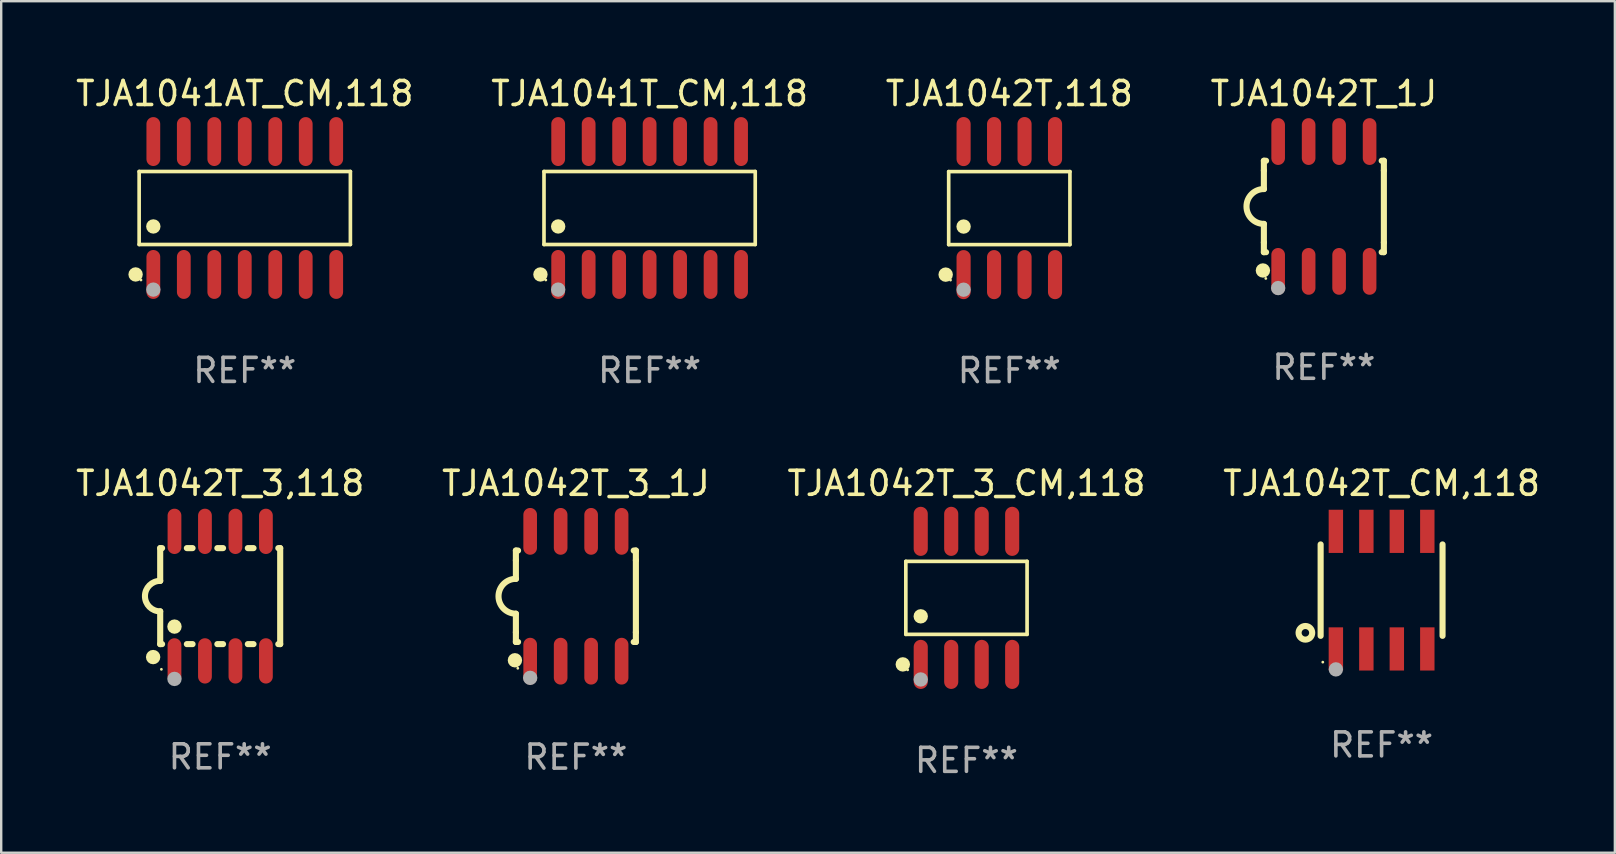
<source format=kicad_pcb>
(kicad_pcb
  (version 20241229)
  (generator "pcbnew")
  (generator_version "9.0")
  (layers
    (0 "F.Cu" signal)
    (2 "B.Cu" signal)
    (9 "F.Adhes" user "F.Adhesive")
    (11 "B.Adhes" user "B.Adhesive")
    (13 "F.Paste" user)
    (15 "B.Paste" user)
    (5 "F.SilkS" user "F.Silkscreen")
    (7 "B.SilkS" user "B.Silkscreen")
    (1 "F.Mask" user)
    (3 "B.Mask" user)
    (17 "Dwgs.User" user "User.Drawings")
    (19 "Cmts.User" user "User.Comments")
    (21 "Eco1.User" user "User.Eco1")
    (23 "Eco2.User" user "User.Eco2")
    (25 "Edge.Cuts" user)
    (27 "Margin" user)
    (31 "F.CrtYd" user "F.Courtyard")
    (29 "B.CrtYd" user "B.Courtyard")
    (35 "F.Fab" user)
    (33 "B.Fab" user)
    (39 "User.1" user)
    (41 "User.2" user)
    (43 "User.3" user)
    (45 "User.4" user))
  (footprint "TJA1042T_CM,118"
    (layer "F.Cu")
    (at 54.518 21.54)
    (property "Reference" "TJA1042T_CM,118" (at 0 -4.45 0) (layer "F.SilkS") (effects (font (size 1 1) (thickness 0.15))))
    (attr through_hole)
    (fp_line (start -2.54 -1.905) (end -2.54 1.905) (stroke (width 0.254) (type solid)) (layer "F.SilkS"))
    (fp_line (start 2.54 -1.905) (end 2.54 1.905) (stroke (width 0.254) (type solid)) (layer "F.SilkS"))
    (fp_circle (center -3.175 1.778) (end -2.891 1.778) (stroke (width 0.254) (type solid)) (fill no) (layer "F.SilkS"))
    (fp_circle (center -2.45 3) (end -2.42 3) (stroke (width 0.06) (type solid)) (fill no) (layer "F.SilkS"))
    (fp_circle (center -1.905 3.302) (end -1.755 3.302) (stroke (width 0.3) (type solid)) (fill no) (layer "F.Fab"))
    (fp_text user "REF**" (at 0 6.45 0) (layer "F.Fab") (effects (font (size 1 1) (thickness 0.15))))
    (pad "1" smd rect (at -1.905 2.45) (size 0.6 1.8) (layers "F.Cu" "F.Mask" "F.Paste"))
    (pad "2" smd rect (at -0.635 2.45) (size 0.6 1.8) (layers "F.Cu" "F.Mask" "F.Paste"))
    (pad "3" smd rect (at 0.635 2.45) (size 0.6 1.8) (layers "F.Cu" "F.Mask" "F.Paste"))
    (pad "4" smd rect (at 1.905 2.45) (size 0.6 1.8) (layers "F.Cu" "F.Mask" "F.Paste"))
    (pad "5" smd rect (at 1.905 -2.45 180) (size 0.6 1.8) (layers "F.Cu" "F.Mask" "F.Paste"))
    (pad "6" smd rect (at 0.635 -2.45 180) (size 0.6 1.8) (layers "F.Cu" "F.Mask" "F.Paste"))
    (pad "7" smd rect (at -0.635 -2.45 180) (size 0.6 1.8) (layers "F.Cu" "F.Mask" "F.Paste"))
    (pad "8" smd rect (at -1.905 -2.45 180) (size 0.6 1.8) (layers "F.Cu" "F.Mask" "F.Paste")))
  (footprint "TJA1042T,118"
    (layer "F.Cu")
    (at 39.006 5.621)
    (property "Reference" "TJA1042T,118" (at 0 -4.772 0) (layer "F.SilkS") (effects (font (size 1 1) (thickness 0.15))))
    (attr through_hole)
    (fp_line (start -2.526 -1.521) (end 2.526 -1.521) (stroke (width 0.152) (type solid)) (layer "F.SilkS"))
    (fp_line (start -2.526 1.521) (end -2.526 -1.521) (stroke (width 0.152) (type solid)) (layer "F.SilkS"))
    (fp_line (start 2.526 -1.521) (end 2.526 1.521) (stroke (width 0.152) (type solid)) (layer "F.SilkS"))
    (fp_line (start 2.526 1.521) (end -2.526 1.521) (stroke (width 0.152) (type solid)) (layer "F.SilkS"))
    (fp_circle (center -2.652 2.772) (end -2.501 2.772) (stroke (width 0.3) (type solid)) (fill no) (layer "F.SilkS"))
    (fp_circle (center -2.45 3) (end -2.42 3) (stroke (width 0.06) (type solid)) (fill no) (layer "F.SilkS"))
    (fp_circle (center -1.905 0.769) (end -1.755 0.769) (stroke (width 0.3) (type solid)) (fill no) (layer "F.SilkS"))
    (fp_circle (center -1.905 3.4) (end -1.755 3.4) (stroke (width 0.3) (type solid)) (fill no) (layer "F.Fab"))
    (fp_text user "REF**" (at 0 6.772 0) (layer "F.Fab") (effects (font (size 1 1) (thickness 0.15))))
    (pad "1" smd oval (at -1.905 2.772) (size 0.588 2.045) (layers "F.Cu" "F.Mask" "F.Paste"))
    (pad "2" smd oval (at -0.635 2.772) (size 0.588 2.045) (layers "F.Cu" "F.Mask" "F.Paste"))
    (pad "3" smd oval (at 0.635 2.772) (size 0.588 2.045) (layers "F.Cu" "F.Mask" "F.Paste"))
    (pad "4" smd oval (at 1.905 2.772) (size 0.588 2.045) (layers "F.Cu" "F.Mask" "F.Paste"))
    (pad "5" smd oval (at 1.905 -2.772) (size 0.588 2.045) (layers "F.Cu" "F.Mask" "F.Paste"))
    (pad "6" smd oval (at 0.635 -2.772) (size 0.588 2.045) (layers "F.Cu" "F.Mask" "F.Paste"))
    (pad "7" smd oval (at -0.635 -2.772) (size 0.588 2.045) (layers "F.Cu" "F.Mask" "F.Paste"))
    (pad "8" smd oval (at -1.905 -2.772) (size 0.588 2.045) (layers "F.Cu" "F.Mask" "F.Paste")))
  (footprint "TJA1041AT_CM,118"
    (layer "F.Cu")
    (at 7.149 5.617)
    (property "Reference" "TJA1041AT_CM,118" (at 0 -4.769 0) (layer "F.SilkS") (effects (font (size 1 1) (thickness 0.15))))
    (attr through_hole)
    (fp_line (start -4.401 -1.521) (end 4.401 -1.521) (stroke (width 0.152) (type solid)) (layer "F.SilkS"))
    (fp_line (start -4.401 1.521) (end -4.401 -1.521) (stroke (width 0.152) (type solid)) (layer "F.SilkS"))
    (fp_line (start 4.401 -1.521) (end 4.401 1.521) (stroke (width 0.152) (type solid)) (layer "F.SilkS"))
    (fp_line (start 4.401 1.521) (end -4.401 1.521) (stroke (width 0.152) (type solid)) (layer "F.SilkS"))
    (fp_circle (center -4.549 2.769) (end -4.399 2.769) (stroke (width 0.3) (type solid)) (fill no) (layer "F.SilkS"))
    (fp_circle (center -4.325 3) (end -4.295 3) (stroke (width 0.06) (type solid)) (fill no) (layer "F.SilkS"))
    (fp_circle (center -3.81 0.769) (end -3.66 0.769) (stroke (width 0.3) (type solid)) (fill no) (layer "F.SilkS"))
    (fp_circle (center -3.81 3.4) (end -3.66 3.4) (stroke (width 0.3) (type solid)) (fill no) (layer "F.Fab"))
    (fp_text user "REF**" (at 0 6.769 0) (layer "F.Fab") (effects (font (size 1 1) (thickness 0.15))))
    (pad "1" smd oval (at -3.81 2.769) (size 0.574 2.038) (layers "F.Cu" "F.Mask" "F.Paste"))
    (pad "2" smd oval (at -2.54 2.769) (size 0.574 2.038) (layers "F.Cu" "F.Mask" "F.Paste"))
    (pad "3" smd oval (at -1.27 2.769) (size 0.574 2.038) (layers "F.Cu" "F.Mask" "F.Paste"))
    (pad "4" smd oval (at 0 2.769) (size 0.574 2.038) (layers "F.Cu" "F.Mask" "F.Paste"))
    (pad "5" smd oval (at 1.27 2.769) (size 0.574 2.038) (layers "F.Cu" "F.Mask" "F.Paste"))
    (pad "6" smd oval (at 2.54 2.769) (size 0.574 2.038) (layers "F.Cu" "F.Mask" "F.Paste"))
    (pad "7" smd oval (at 3.81 2.769) (size 0.574 2.038) (layers "F.Cu" "F.Mask" "F.Paste"))
    (pad "8" smd oval (at 3.81 -2.769) (size 0.574 2.038) (layers "F.Cu" "F.Mask" "F.Paste"))
    (pad "9" smd oval (at 2.54 -2.769) (size 0.574 2.038) (layers "F.Cu" "F.Mask" "F.Paste"))
    (pad "10" smd oval (at 1.27 -2.769) (size 0.574 2.038) (layers "F.Cu" "F.Mask" "F.Paste"))
    (pad "11" smd oval (at 0 -2.769) (size 0.574 2.038) (layers "F.Cu" "F.Mask" "F.Paste"))
    (pad "12" smd oval (at -1.27 -2.769) (size 0.574 2.038) (layers "F.Cu" "F.Mask" "F.Paste"))
    (pad "13" smd oval (at -2.54 -2.769) (size 0.574 2.038) (layers "F.Cu" "F.Mask" "F.Paste"))
    (pad "14" smd oval (at -3.81 -2.769) (size 0.574 2.038) (layers "F.Cu" "F.Mask" "F.Paste")))
  (footprint "TJA1042T_3_CM,118"
    (layer "F.Cu")
    (at 37.22 21.862)
    (property "Reference" "TJA1042T_3_CM,118" (at 0 -4.772 0) (layer "F.SilkS") (effects (font (size 1 1) (thickness 0.15))))
    (attr through_hole)
    (fp_line (start -2.526 -1.521) (end 2.526 -1.521) (stroke (width 0.152) (type solid)) (layer "F.SilkS"))
    (fp_line (start -2.526 1.521) (end -2.526 -1.521) (stroke (width 0.152) (type solid)) (layer "F.SilkS"))
    (fp_line (start 2.526 -1.521) (end 2.526 1.521) (stroke (width 0.152) (type solid)) (layer "F.SilkS"))
    (fp_line (start 2.526 1.521) (end -2.526 1.521) (stroke (width 0.152) (type solid)) (layer "F.SilkS"))
    (fp_circle (center -2.652 2.772) (end -2.501 2.772) (stroke (width 0.3) (type solid)) (fill no) (layer "F.SilkS"))
    (fp_circle (center -2.45 3) (end -2.42 3) (stroke (width 0.06) (type solid)) (fill no) (layer "F.SilkS"))
    (fp_circle (center -1.905 0.769) (end -1.755 0.769) (stroke (width 0.3) (type solid)) (fill no) (layer "F.SilkS"))
    (fp_circle (center -1.905 3.4) (end -1.755 3.4) (stroke (width 0.3) (type solid)) (fill no) (layer "F.Fab"))
    (fp_text user "REF**" (at 0 6.772 0) (layer "F.Fab") (effects (font (size 1 1) (thickness 0.15))))
    (pad "1" smd oval (at -1.905 2.772) (size 0.588 2.045) (layers "F.Cu" "F.Mask" "F.Paste"))
    (pad "2" smd oval (at -0.635 2.772) (size 0.588 2.045) (layers "F.Cu" "F.Mask" "F.Paste"))
    (pad "3" smd oval (at 0.635 2.772) (size 0.588 2.045) (layers "F.Cu" "F.Mask" "F.Paste"))
    (pad "4" smd oval (at 1.905 2.772) (size 0.588 2.045) (layers "F.Cu" "F.Mask" "F.Paste"))
    (pad "5" smd oval (at 1.905 -2.772) (size 0.588 2.045) (layers "F.Cu" "F.Mask" "F.Paste"))
    (pad "6" smd oval (at 0.635 -2.772) (size 0.588 2.045) (layers "F.Cu" "F.Mask" "F.Paste"))
    (pad "7" smd oval (at -0.635 -2.772) (size 0.588 2.045) (layers "F.Cu" "F.Mask" "F.Paste"))
    (pad "8" smd oval (at -1.905 -2.772) (size 0.588 2.045) (layers "F.Cu" "F.Mask" "F.Paste")))
  (footprint "TJA1041T_CM,118"
    (layer "F.Cu")
    (at 24.018 5.617)
    (property "Reference" "TJA1041T_CM,118" (at 0 -4.769 0) (layer "F.SilkS") (effects (font (size 1 1) (thickness 0.15))))
    (attr through_hole)
    (fp_line (start -4.401 -1.521) (end 4.401 -1.521) (stroke (width 0.152) (type solid)) (layer "F.SilkS"))
    (fp_line (start -4.401 1.521) (end -4.401 -1.521) (stroke (width 0.152) (type solid)) (layer "F.SilkS"))
    (fp_line (start 4.401 -1.521) (end 4.401 1.521) (stroke (width 0.152) (type solid)) (layer "F.SilkS"))
    (fp_line (start 4.401 1.521) (end -4.401 1.521) (stroke (width 0.152) (type solid)) (layer "F.SilkS"))
    (fp_circle (center -4.549 2.769) (end -4.399 2.769) (stroke (width 0.3) (type solid)) (fill no) (layer "F.SilkS"))
    (fp_circle (center -4.325 3) (end -4.295 3) (stroke (width 0.06) (type solid)) (fill no) (layer "F.SilkS"))
    (fp_circle (center -3.81 0.769) (end -3.66 0.769) (stroke (width 0.3) (type solid)) (fill no) (layer "F.SilkS"))
    (fp_circle (center -3.81 3.4) (end -3.66 3.4) (stroke (width 0.3) (type solid)) (fill no) (layer "F.Fab"))
    (fp_text user "REF**" (at 0 6.769 0) (layer "F.Fab") (effects (font (size 1 1) (thickness 0.15))))
    (pad "1" smd oval (at -3.81 2.769) (size 0.574 2.038) (layers "F.Cu" "F.Mask" "F.Paste"))
    (pad "2" smd oval (at -2.54 2.769) (size 0.574 2.038) (layers "F.Cu" "F.Mask" "F.Paste"))
    (pad "3" smd oval (at -1.27 2.769) (size 0.574 2.038) (layers "F.Cu" "F.Mask" "F.Paste"))
    (pad "4" smd oval (at 0 2.769) (size 0.574 2.038) (layers "F.Cu" "F.Mask" "F.Paste"))
    (pad "5" smd oval (at 1.27 2.769) (size 0.574 2.038) (layers "F.Cu" "F.Mask" "F.Paste"))
    (pad "6" smd oval (at 2.54 2.769) (size 0.574 2.038) (layers "F.Cu" "F.Mask" "F.Paste"))
    (pad "7" smd oval (at 3.81 2.769) (size 0.574 2.038) (layers "F.Cu" "F.Mask" "F.Paste"))
    (pad "8" smd oval (at 3.81 -2.769) (size 0.574 2.038) (layers "F.Cu" "F.Mask" "F.Paste"))
    (pad "9" smd oval (at 2.54 -2.769) (size 0.574 2.038) (layers "F.Cu" "F.Mask" "F.Paste"))
    (pad "10" smd oval (at 1.27 -2.769) (size 0.574 2.038) (layers "F.Cu" "F.Mask" "F.Paste"))
    (pad "11" smd oval (at 0 -2.769) (size 0.574 2.038) (layers "F.Cu" "F.Mask" "F.Paste"))
    (pad "12" smd oval (at -1.27 -2.769) (size 0.574 2.038) (layers "F.Cu" "F.Mask" "F.Paste"))
    (pad "13" smd oval (at -2.54 -2.769) (size 0.574 2.038) (layers "F.Cu" "F.Mask" "F.Paste"))
    (pad "14" smd oval (at -3.81 -2.769) (size 0.574 2.038) (layers "F.Cu" "F.Mask" "F.Paste")))
  (footprint "TJA1042T_1J"
    (layer "F.Cu")
    (at 52.113 5.553)
    (property "Reference" "TJA1042T_1J" (at 0 -4.705 0) (layer "F.SilkS") (effects (font (size 1 1) (thickness 0.15))))
    (attr through_hole)
    (fp_line (start -2.5 -1.905) (end -2.409 -1.905) (stroke (width 0.254) (type solid)) (layer "F.SilkS"))
    (fp_line (start -2.5 -1.5) (end -2.5 -1.905) (stroke (width 0.254) (type solid)) (layer "F.SilkS"))
    (fp_line (start -2.5 -1.5) (end -2.5 -0.726) (stroke (width 0.254) (type solid)) (layer "F.SilkS"))
    (fp_line (start -2.5 1.5) (end -2.5 0.727) (stroke (width 0.254) (type solid)) (layer "F.SilkS"))
    (fp_line (start -2.5 1.5) (end -2.5 1.905) (stroke (width 0.254) (type solid)) (layer "F.SilkS"))
    (fp_line (start -2.5 1.905) (end -2.409 1.905) (stroke (width 0.254) (type solid)) (layer "F.SilkS"))
    (fp_line (start 2.5 -1.905) (end 2.409 -1.905) (stroke (width 0.254) (type solid)) (layer "F.SilkS"))
    (fp_line (start 2.5 -1.5) (end 2.5 -1.905) (stroke (width 0.254) (type solid)) (layer "F.SilkS"))
    (fp_line (start 2.5 -1.5) (end 2.5 1.5) (stroke (width 0.254) (type solid)) (layer "F.SilkS"))
    (fp_line (start 2.5 1.5) (end 2.5 1.905) (stroke (width 0.254) (type solid)) (layer "F.SilkS"))
    (fp_line (start 2.5 1.905) (end 2.409 1.905) (stroke (width 0.254) (type solid)) (layer "F.SilkS"))
    (fp_arc (start -2.5 0.726568) (mid -3.220316 -0.0023) (end -2.495097 -0.726289) (stroke (width 0.254001) (type solid)) (layer "F.SilkS"))
    (fp_circle (center -2.54 2.667) (end -2.39 2.667) (stroke (width 0.3) (type solid)) (fill no) (layer "F.SilkS"))
    (fp_circle (center -2.42 3) (end -2.39 3) (stroke (width 0.06) (type solid)) (fill no) (layer "F.SilkS"))
    (fp_circle (center -1.905 3.4) (end -1.755 3.4) (stroke (width 0.3) (type solid)) (fill no) (layer "F.Fab"))
    (fp_text user "REF**" (at 0 6.705 0) (layer "F.Fab") (effects (font (size 1 1) (thickness 0.15))))
    (pad "1" smd oval (at -1.905 2.705) (size 0.568 1.95) (layers "F.Cu" "F.Mask" "F.Paste"))
    (pad "2" smd oval (at -0.635 2.705) (size 0.568 1.95) (layers "F.Cu" "F.Mask" "F.Paste"))
    (pad "3" smd oval (at 0.635 2.705) (size 0.568 1.95) (layers "F.Cu" "F.Mask" "F.Paste"))
    (pad "4" smd oval (at 1.905 2.705) (size 0.568 1.95) (layers "F.Cu" "F.Mask" "F.Paste"))
    (pad "5" smd oval (at 1.905 -2.705) (size 0.568 1.95) (layers "F.Cu" "F.Mask" "F.Paste"))
    (pad "6" smd oval (at 0.635 -2.705) (size 0.568 1.95) (layers "F.Cu" "F.Mask" "F.Paste"))
    (pad "7" smd oval (at -0.635 -2.705) (size 0.568 1.95) (layers "F.Cu" "F.Mask" "F.Paste"))
    (pad "8" smd oval (at -1.905 -2.705) (size 0.568 1.95) (layers "F.Cu" "F.Mask" "F.Paste")))
  (footprint "TJA1042T_3,118"
    (layer "F.Cu")
    (at 6.125 21.789)
    (property "Reference" "TJA1042T_3,118" (at 0 -4.699 0) (layer "F.SilkS") (effects (font (size 1 1) (thickness 0.15))))
    (attr through_hole)
    (fp_line (start -2.5 -2) (end -2.5 -0.635) (stroke (width 0.254) (type solid)) (layer "F.SilkS"))
    (fp_line (start -2.5 -2) (end -2.421 -2) (stroke (width 0.254) (type solid)) (layer "F.SilkS"))
    (fp_line (start -2.5 2) (end -2.5 0.635) (stroke (width 0.254) (type solid)) (layer "F.SilkS"))
    (fp_line (start -2.5 2) (end -2.421 2) (stroke (width 0.254) (type solid)) (layer "F.SilkS"))
    (fp_line (start -1.389 -2) (end -1.151 -2) (stroke (width 0.254) (type solid)) (layer "F.SilkS"))
    (fp_line (start -1.389 2) (end -1.151 2) (stroke (width 0.254) (type solid)) (layer "F.SilkS"))
    (fp_line (start -0.119 -2) (end 0.119 -2) (stroke (width 0.254) (type solid)) (layer "F.SilkS"))
    (fp_line (start -0.119 2) (end 0.119 2) (stroke (width 0.254) (type solid)) (layer "F.SilkS"))
    (fp_line (start 1.151 -2) (end 1.389 -2) (stroke (width 0.254) (type solid)) (layer "F.SilkS"))
    (fp_line (start 1.151 2) (end 1.389 2) (stroke (width 0.254) (type solid)) (layer "F.SilkS"))
    (fp_line (start 2.421 -2) (end 2.5 -2) (stroke (width 0.254) (type solid)) (layer "F.SilkS"))
    (fp_line (start 2.421 2) (end 2.5 2) (stroke (width 0.254) (type solid)) (layer "F.SilkS"))
    (fp_line (start 2.5 -2) (end 2.5 2) (stroke (width 0.254) (type solid)) (layer "F.SilkS"))
    (fp_arc (start -2.5 0.635001) (mid -3.134366 -0.000318) (end -2.499365 -0.635001) (stroke (width 0.254001) (type solid)) (layer "F.SilkS"))
    (fp_circle (center -2.794 2.54) (end -2.644 2.54) (stroke (width 0.3) (type solid)) (fill no) (layer "F.SilkS"))
    (fp_circle (center -2.45 3.05) (end -2.42 3.05) (stroke (width 0.06) (type solid)) (fill no) (layer "F.SilkS"))
    (fp_circle (center -1.905 1.27) (end -1.755 1.27) (stroke (width 0.3) (type solid)) (fill no) (layer "F.SilkS"))
    (fp_circle (center -1.905 3.45) (end -1.755 3.45) (stroke (width 0.3) (type solid)) (fill no) (layer "F.Fab"))
    (fp_text user "REF**" (at 0 6.699 0) (layer "F.Fab") (effects (font (size 1 1) (thickness 0.15))))
    (pad "1" smd oval (at -1.905 2.699) (size 0.574 1.888) (layers "F.Cu" "F.Mask" "F.Paste"))
    (pad "2" smd oval (at -0.635 2.699) (size 0.574 1.888) (layers "F.Cu" "F.Mask" "F.Paste"))
    (pad "3" smd oval (at 0.635 2.699) (size 0.574 1.888) (layers "F.Cu" "F.Mask" "F.Paste"))
    (pad "4" smd oval (at 1.905 2.699) (size 0.574 1.888) (layers "F.Cu" "F.Mask" "F.Paste"))
    (pad "5" smd oval (at 1.905 -2.699) (size 0.574 1.888) (layers "F.Cu" "F.Mask" "F.Paste"))
    (pad "6" smd oval (at 0.635 -2.699) (size 0.574 1.888) (layers "F.Cu" "F.Mask" "F.Paste"))
    (pad "7" smd oval (at -0.635 -2.699) (size 0.574 1.888) (layers "F.Cu" "F.Mask" "F.Paste"))
    (pad "8" smd oval (at -1.905 -2.699) (size 0.574 1.888) (layers "F.Cu" "F.Mask" "F.Paste")))
  (footprint "TJA1042T_3_1J"
    (layer "F.Cu")
    (at 20.946 21.795)
    (property "Reference" "TJA1042T_3_1J" (at 0 -4.705 0) (layer "F.SilkS") (effects (font (size 1 1) (thickness 0.15))))
    (attr through_hole)
    (fp_line (start -2.5 -1.905) (end -2.409 -1.905) (stroke (width 0.254) (type solid)) (layer "F.SilkS"))
    (fp_line (start -2.5 -1.5) (end -2.5 -1.905) (stroke (width 0.254) (type solid)) (layer "F.SilkS"))
    (fp_line (start -2.5 -1.5) (end -2.5 -0.726) (stroke (width 0.254) (type solid)) (layer "F.SilkS"))
    (fp_line (start -2.5 1.5) (end -2.5 0.727) (stroke (width 0.254) (type solid)) (layer "F.SilkS"))
    (fp_line (start -2.5 1.5) (end -2.5 1.905) (stroke (width 0.254) (type solid)) (layer "F.SilkS"))
    (fp_line (start -2.5 1.905) (end -2.409 1.905) (stroke (width 0.254) (type solid)) (layer "F.SilkS"))
    (fp_line (start 2.5 -1.905) (end 2.409 -1.905) (stroke (width 0.254) (type solid)) (layer "F.SilkS"))
    (fp_line (start 2.5 -1.5) (end 2.5 -1.905) (stroke (width 0.254) (type solid)) (layer "F.SilkS"))
    (fp_line (start 2.5 -1.5) (end 2.5 1.5) (stroke (width 0.254) (type solid)) (layer "F.SilkS"))
    (fp_line (start 2.5 1.5) (end 2.5 1.905) (stroke (width 0.254) (type solid)) (layer "F.SilkS"))
    (fp_line (start 2.5 1.905) (end 2.409 1.905) (stroke (width 0.254) (type solid)) (layer "F.SilkS"))
    (fp_arc (start -2.5 0.726568) (mid -3.220316 -0.0023) (end -2.495097 -0.726289) (stroke (width 0.254001) (type solid)) (layer "F.SilkS"))
    (fp_circle (center -2.54 2.667) (end -2.39 2.667) (stroke (width 0.3) (type solid)) (fill no) (layer "F.SilkS"))
    (fp_circle (center -2.42 3) (end -2.39 3) (stroke (width 0.06) (type solid)) (fill no) (layer "F.SilkS"))
    (fp_circle (center -1.905 3.4) (end -1.755 3.4) (stroke (width 0.3) (type solid)) (fill no) (layer "F.Fab"))
    (fp_text user "REF**" (at 0 6.705 0) (layer "F.Fab") (effects (font (size 1 1) (thickness 0.15))))
    (pad "1" smd oval (at -1.905 2.705) (size 0.568 1.95) (layers "F.Cu" "F.Mask" "F.Paste"))
    (pad "2" smd oval (at -0.635 2.705) (size 0.568 1.95) (layers "F.Cu" "F.Mask" "F.Paste"))
    (pad "3" smd oval (at 0.635 2.705) (size 0.568 1.95) (layers "F.Cu" "F.Mask" "F.Paste"))
    (pad "4" smd oval (at 1.905 2.705) (size 0.568 1.95) (layers "F.Cu" "F.Mask" "F.Paste"))
    (pad "5" smd oval (at 1.905 -2.705) (size 0.568 1.95) (layers "F.Cu" "F.Mask" "F.Paste"))
    (pad "6" smd oval (at 0.635 -2.705) (size 0.568 1.95) (layers "F.Cu" "F.Mask" "F.Paste"))
    (pad "7" smd oval (at -0.635 -2.705) (size 0.568 1.95) (layers "F.Cu" "F.Mask" "F.Paste"))
    (pad "8" smd oval (at -1.905 -2.705) (size 0.568 1.95) (layers "F.Cu" "F.Mask" "F.Paste")))
  (gr_rect
    (start -3 -3)
    (end 64.238 32.483)
    (stroke (width 0.1) (type default))
    (fill no)
    (layer "Edge.Cuts")))
</source>
